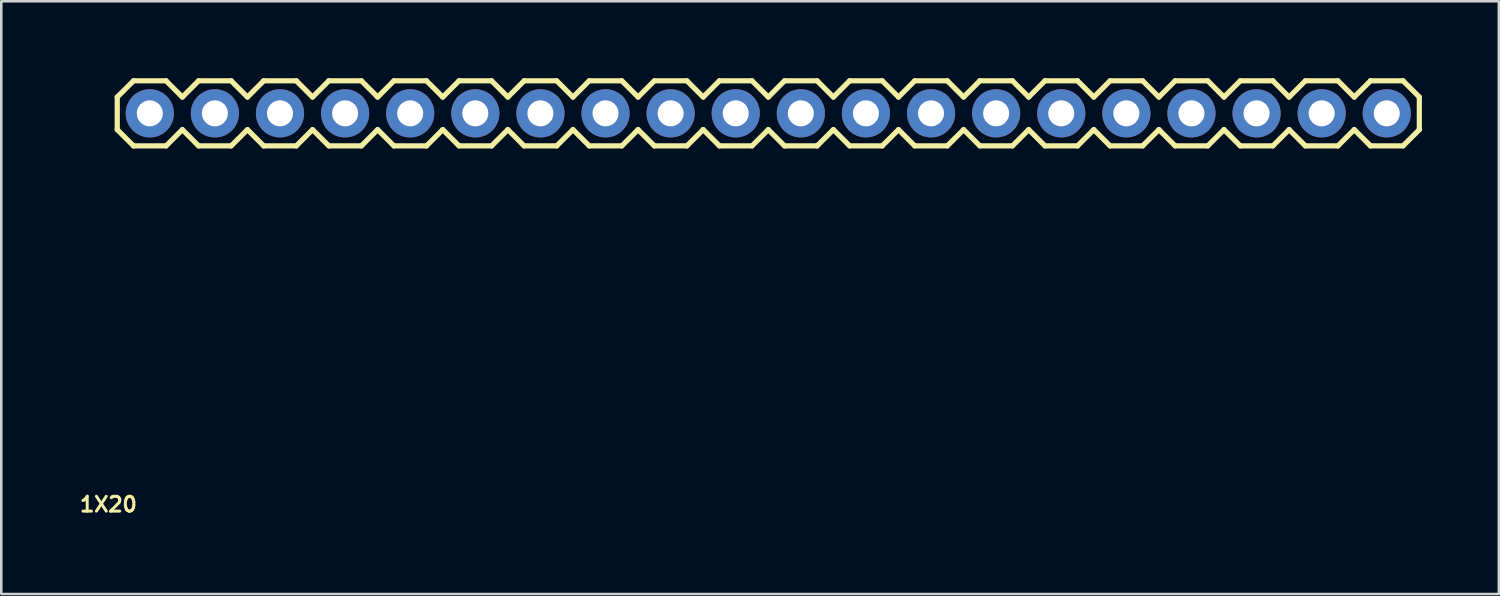
<source format=kicad_pcb>
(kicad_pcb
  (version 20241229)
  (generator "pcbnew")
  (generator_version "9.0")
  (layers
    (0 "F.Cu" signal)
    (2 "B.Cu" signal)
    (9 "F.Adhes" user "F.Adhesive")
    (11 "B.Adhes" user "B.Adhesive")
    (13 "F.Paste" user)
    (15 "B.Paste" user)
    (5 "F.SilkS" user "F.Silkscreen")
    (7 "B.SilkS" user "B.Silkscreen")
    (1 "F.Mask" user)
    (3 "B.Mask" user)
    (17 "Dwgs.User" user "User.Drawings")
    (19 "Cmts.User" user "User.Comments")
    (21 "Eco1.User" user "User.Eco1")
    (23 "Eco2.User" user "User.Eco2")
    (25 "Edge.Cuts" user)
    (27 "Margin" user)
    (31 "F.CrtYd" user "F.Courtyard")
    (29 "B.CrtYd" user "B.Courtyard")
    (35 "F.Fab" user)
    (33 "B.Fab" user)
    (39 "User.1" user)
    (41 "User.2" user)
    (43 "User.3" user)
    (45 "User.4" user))
  (footprint "1X20"
    (layer "F.Cu")
    (at 2.794 1.372)
    (property "Reference" "1X20" (at -2.794 15.596 180) (layer "F.SilkS") (effects (font (size 0.579 0.579) (thickness 0.116)) (justify left bottom)))
    (attr through_hole)
    (fp_line (start -1.27 -0.635) (end -1.27 0.635) (stroke (width 0.203) (type solid)) (layer "F.SilkS"))
    (fp_line (start -1.27 0.635) (end -0.635 1.27) (stroke (width 0.203) (type solid)) (layer "F.SilkS"))
    (fp_line (start -0.635 -1.27) (end -1.27 -0.635) (stroke (width 0.203) (type solid)) (layer "F.SilkS"))
    (fp_line (start -0.635 -1.27) (end 0.635 -1.27) (stroke (width 0.203) (type solid)) (layer "F.SilkS"))
    (fp_line (start 0.635 -1.27) (end 1.27 -0.635) (stroke (width 0.203) (type solid)) (layer "F.SilkS"))
    (fp_line (start 0.635 1.27) (end -0.635 1.27) (stroke (width 0.203) (type solid)) (layer "F.SilkS"))
    (fp_line (start 1.27 -0.635) (end 1.905 -1.27) (stroke (width 0.203) (type solid)) (layer "F.SilkS"))
    (fp_line (start 1.27 0.635) (end 0.635 1.27) (stroke (width 0.203) (type solid)) (layer "F.SilkS"))
    (fp_line (start 1.905 -1.27) (end 3.175 -1.27) (stroke (width 0.203) (type solid)) (layer "F.SilkS"))
    (fp_line (start 1.905 1.27) (end 1.27 0.635) (stroke (width 0.203) (type solid)) (layer "F.SilkS"))
    (fp_line (start 3.175 -1.27) (end 3.81 -0.635) (stroke (width 0.203) (type solid)) (layer "F.SilkS"))
    (fp_line (start 3.175 1.27) (end 1.905 1.27) (stroke (width 0.203) (type solid)) (layer "F.SilkS"))
    (fp_line (start 3.81 -0.635) (end 4.445 -1.27) (stroke (width 0.203) (type solid)) (layer "F.SilkS"))
    (fp_line (start 3.81 0.635) (end 3.175 1.27) (stroke (width 0.203) (type solid)) (layer "F.SilkS"))
    (fp_line (start 4.445 -1.27) (end 5.715 -1.27) (stroke (width 0.203) (type solid)) (layer "F.SilkS"))
    (fp_line (start 4.445 1.27) (end 3.81 0.635) (stroke (width 0.203) (type solid)) (layer "F.SilkS"))
    (fp_line (start 5.715 -1.27) (end 6.35 -0.635) (stroke (width 0.203) (type solid)) (layer "F.SilkS"))
    (fp_line (start 5.715 1.27) (end 4.445 1.27) (stroke (width 0.203) (type solid)) (layer "F.SilkS"))
    (fp_line (start 6.35 0.635) (end 5.715 1.27) (stroke (width 0.203) (type solid)) (layer "F.SilkS"))
    (fp_line (start 6.35 0.635) (end 6.985 1.27) (stroke (width 0.203) (type solid)) (layer "F.SilkS"))
    (fp_line (start 6.985 -1.27) (end 6.35 -0.635) (stroke (width 0.203) (type solid)) (layer "F.SilkS"))
    (fp_line (start 6.985 -1.27) (end 8.255 -1.27) (stroke (width 0.203) (type solid)) (layer "F.SilkS"))
    (fp_line (start 8.255 -1.27) (end 8.89 -0.635) (stroke (width 0.203) (type solid)) (layer "F.SilkS"))
    (fp_line (start 8.255 1.27) (end 6.985 1.27) (stroke (width 0.203) (type solid)) (layer "F.SilkS"))
    (fp_line (start 8.89 -0.635) (end 9.525 -1.27) (stroke (width 0.203) (type solid)) (layer "F.SilkS"))
    (fp_line (start 8.89 0.635) (end 8.255 1.27) (stroke (width 0.203) (type solid)) (layer "F.SilkS"))
    (fp_line (start 9.525 -1.27) (end 10.795 -1.27) (stroke (width 0.203) (type solid)) (layer "F.SilkS"))
    (fp_line (start 9.525 1.27) (end 8.89 0.635) (stroke (width 0.203) (type solid)) (layer "F.SilkS"))
    (fp_line (start 10.795 -1.27) (end 11.43 -0.635) (stroke (width 0.203) (type solid)) (layer "F.SilkS"))
    (fp_line (start 10.795 1.27) (end 9.525 1.27) (stroke (width 0.203) (type solid)) (layer "F.SilkS"))
    (fp_line (start 11.43 -0.635) (end 12.065 -1.27) (stroke (width 0.203) (type solid)) (layer "F.SilkS"))
    (fp_line (start 11.43 0.635) (end 10.795 1.27) (stroke (width 0.203) (type solid)) (layer "F.SilkS"))
    (fp_line (start 12.065 -1.27) (end 13.335 -1.27) (stroke (width 0.203) (type solid)) (layer "F.SilkS"))
    (fp_line (start 12.065 1.27) (end 11.43 0.635) (stroke (width 0.203) (type solid)) (layer "F.SilkS"))
    (fp_line (start 13.335 -1.27) (end 13.97 -0.635) (stroke (width 0.203) (type solid)) (layer "F.SilkS"))
    (fp_line (start 13.335 1.27) (end 12.065 1.27) (stroke (width 0.203) (type solid)) (layer "F.SilkS"))
    (fp_line (start 13.97 0.635) (end 13.335 1.27) (stroke (width 0.203) (type solid)) (layer "F.SilkS"))
    (fp_line (start 13.97 0.635) (end 14.605 1.27) (stroke (width 0.203) (type solid)) (layer "F.SilkS"))
    (fp_line (start 14.605 -1.27) (end 13.97 -0.635) (stroke (width 0.203) (type solid)) (layer "F.SilkS"))
    (fp_line (start 14.605 -1.27) (end 15.875 -1.27) (stroke (width 0.203) (type solid)) (layer "F.SilkS"))
    (fp_line (start 15.875 -1.27) (end 16.51 -0.635) (stroke (width 0.203) (type solid)) (layer "F.SilkS"))
    (fp_line (start 15.875 1.27) (end 14.605 1.27) (stroke (width 0.203) (type solid)) (layer "F.SilkS"))
    (fp_line (start 16.51 0.635) (end 15.875 1.27) (stroke (width 0.203) (type solid)) (layer "F.SilkS"))
    (fp_line (start 16.51 0.635) (end 17.145 1.27) (stroke (width 0.203) (type solid)) (layer "F.SilkS"))
    (fp_line (start 17.145 -1.27) (end 16.51 -0.635) (stroke (width 0.203) (type solid)) (layer "F.SilkS"))
    (fp_line (start 17.145 -1.27) (end 18.415 -1.27) (stroke (width 0.203) (type solid)) (layer "F.SilkS"))
    (fp_line (start 18.415 -1.27) (end 19.05 -0.635) (stroke (width 0.203) (type solid)) (layer "F.SilkS"))
    (fp_line (start 18.415 1.27) (end 17.145 1.27) (stroke (width 0.203) (type solid)) (layer "F.SilkS"))
    (fp_line (start 19.05 -0.635) (end 19.685 -1.27) (stroke (width 0.203) (type solid)) (layer "F.SilkS"))
    (fp_line (start 19.05 0.635) (end 18.415 1.27) (stroke (width 0.203) (type solid)) (layer "F.SilkS"))
    (fp_line (start 19.685 -1.27) (end 20.955 -1.27) (stroke (width 0.203) (type solid)) (layer "F.SilkS"))
    (fp_line (start 19.685 1.27) (end 19.05 0.635) (stroke (width 0.203) (type solid)) (layer "F.SilkS"))
    (fp_line (start 20.955 -1.27) (end 21.59 -0.635) (stroke (width 0.203) (type solid)) (layer "F.SilkS"))
    (fp_line (start 20.955 1.27) (end 19.685 1.27) (stroke (width 0.203) (type solid)) (layer "F.SilkS"))
    (fp_line (start 21.59 -0.635) (end 22.225 -1.27) (stroke (width 0.203) (type solid)) (layer "F.SilkS"))
    (fp_line (start 21.59 0.635) (end 20.955 1.27) (stroke (width 0.203) (type solid)) (layer "F.SilkS"))
    (fp_line (start 22.225 -1.27) (end 23.495 -1.27) (stroke (width 0.203) (type solid)) (layer "F.SilkS"))
    (fp_line (start 22.225 1.27) (end 21.59 0.635) (stroke (width 0.203) (type solid)) (layer "F.SilkS"))
    (fp_line (start 23.495 -1.27) (end 24.13 -0.635) (stroke (width 0.203) (type solid)) (layer "F.SilkS"))
    (fp_line (start 23.495 1.27) (end 22.225 1.27) (stroke (width 0.203) (type solid)) (layer "F.SilkS"))
    (fp_line (start 24.13 0.635) (end 23.495 1.27) (stroke (width 0.203) (type solid)) (layer "F.SilkS"))
    (fp_line (start 24.13 0.635) (end 24.765 1.27) (stroke (width 0.203) (type solid)) (layer "F.SilkS"))
    (fp_line (start 24.765 -1.27) (end 24.13 -0.635) (stroke (width 0.203) (type solid)) (layer "F.SilkS"))
    (fp_line (start 24.765 -1.27) (end 26.035 -1.27) (stroke (width 0.203) (type solid)) (layer "F.SilkS"))
    (fp_line (start 26.035 -1.27) (end 26.67 -0.635) (stroke (width 0.203) (type solid)) (layer "F.SilkS"))
    (fp_line (start 26.035 1.27) (end 24.765 1.27) (stroke (width 0.203) (type solid)) (layer "F.SilkS"))
    (fp_line (start 26.67 -0.635) (end 27.305 -1.27) (stroke (width 0.203) (type solid)) (layer "F.SilkS"))
    (fp_line (start 26.67 0.635) (end 26.035 1.27) (stroke (width 0.203) (type solid)) (layer "F.SilkS"))
    (fp_line (start 27.305 -1.27) (end 28.575 -1.27) (stroke (width 0.203) (type solid)) (layer "F.SilkS"))
    (fp_line (start 27.305 1.27) (end 26.67 0.635) (stroke (width 0.203) (type solid)) (layer "F.SilkS"))
    (fp_line (start 28.575 -1.27) (end 29.21 -0.635) (stroke (width 0.203) (type solid)) (layer "F.SilkS"))
    (fp_line (start 28.575 1.27) (end 27.305 1.27) (stroke (width 0.203) (type solid)) (layer "F.SilkS"))
    (fp_line (start 29.21 -0.635) (end 29.845 -1.27) (stroke (width 0.203) (type solid)) (layer "F.SilkS"))
    (fp_line (start 29.21 0.635) (end 28.575 1.27) (stroke (width 0.203) (type solid)) (layer "F.SilkS"))
    (fp_line (start 29.845 -1.27) (end 31.115 -1.27) (stroke (width 0.203) (type solid)) (layer "F.SilkS"))
    (fp_line (start 29.845 1.27) (end 29.21 0.635) (stroke (width 0.203) (type solid)) (layer "F.SilkS"))
    (fp_line (start 31.115 -1.27) (end 31.75 -0.635) (stroke (width 0.203) (type solid)) (layer "F.SilkS"))
    (fp_line (start 31.115 1.27) (end 29.845 1.27) (stroke (width 0.203) (type solid)) (layer "F.SilkS"))
    (fp_line (start 31.75 0.635) (end 31.115 1.27) (stroke (width 0.203) (type solid)) (layer "F.SilkS"))
    (fp_line (start 31.75 0.635) (end 32.385 1.27) (stroke (width 0.203) (type solid)) (layer "F.SilkS"))
    (fp_line (start 32.385 -1.27) (end 31.75 -0.635) (stroke (width 0.203) (type solid)) (layer "F.SilkS"))
    (fp_line (start 32.385 -1.27) (end 33.655 -1.27) (stroke (width 0.203) (type solid)) (layer "F.SilkS"))
    (fp_line (start 33.655 -1.27) (end 34.29 -0.635) (stroke (width 0.203) (type solid)) (layer "F.SilkS"))
    (fp_line (start 33.655 1.27) (end 32.385 1.27) (stroke (width 0.203) (type solid)) (layer "F.SilkS"))
    (fp_line (start 34.29 0.635) (end 33.655 1.27) (stroke (width 0.203) (type solid)) (layer "F.SilkS"))
    (fp_line (start 34.29 0.635) (end 34.925 1.27) (stroke (width 0.203) (type solid)) (layer "F.SilkS"))
    (fp_line (start 34.925 -1.27) (end 34.29 -0.635) (stroke (width 0.203) (type solid)) (layer "F.SilkS"))
    (fp_line (start 34.925 -1.27) (end 36.195 -1.27) (stroke (width 0.203) (type solid)) (layer "F.SilkS"))
    (fp_line (start 36.195 -1.27) (end 36.83 -0.635) (stroke (width 0.203) (type solid)) (layer "F.SilkS"))
    (fp_line (start 36.195 1.27) (end 34.925 1.27) (stroke (width 0.203) (type solid)) (layer "F.SilkS"))
    (fp_line (start 36.83 0.635) (end 36.195 1.27) (stroke (width 0.203) (type solid)) (layer "F.SilkS"))
    (fp_line (start 36.83 0.635) (end 37.465 1.27) (stroke (width 0.203) (type solid)) (layer "F.SilkS"))
    (fp_line (start 37.465 -1.27) (end 36.83 -0.635) (stroke (width 0.203) (type solid)) (layer "F.SilkS"))
    (fp_line (start 37.465 -1.27) (end 38.735 -1.27) (stroke (width 0.203) (type solid)) (layer "F.SilkS"))
    (fp_line (start 38.735 -1.27) (end 39.37 -0.635) (stroke (width 0.203) (type solid)) (layer "F.SilkS"))
    (fp_line (start 38.735 1.27) (end 37.465 1.27) (stroke (width 0.203) (type solid)) (layer "F.SilkS"))
    (fp_line (start 39.37 0.635) (end 38.735 1.27) (stroke (width 0.203) (type solid)) (layer "F.SilkS"))
    (fp_line (start 39.37 0.635) (end 40.005 1.27) (stroke (width 0.203) (type solid)) (layer "F.SilkS"))
    (fp_line (start 40.005 -1.27) (end 39.37 -0.635) (stroke (width 0.203) (type solid)) (layer "F.SilkS"))
    (fp_line (start 40.005 -1.27) (end 41.275 -1.27) (stroke (width 0.203) (type solid)) (layer "F.SilkS"))
    (fp_line (start 41.275 -1.27) (end 41.91 -0.635) (stroke (width 0.203) (type solid)) (layer "F.SilkS"))
    (fp_line (start 41.275 1.27) (end 40.005 1.27) (stroke (width 0.203) (type solid)) (layer "F.SilkS"))
    (fp_line (start 41.91 0.635) (end 41.275 1.27) (stroke (width 0.203) (type solid)) (layer "F.SilkS"))
    (fp_line (start 41.91 0.635) (end 42.545 1.27) (stroke (width 0.203) (type solid)) (layer "F.SilkS"))
    (fp_line (start 42.545 -1.27) (end 41.91 -0.635) (stroke (width 0.203) (type solid)) (layer "F.SilkS"))
    (fp_line (start 42.545 -1.27) (end 43.815 -1.27) (stroke (width 0.203) (type solid)) (layer "F.SilkS"))
    (fp_line (start 43.815 -1.27) (end 44.45 -0.635) (stroke (width 0.203) (type solid)) (layer "F.SilkS"))
    (fp_line (start 43.815 1.27) (end 42.545 1.27) (stroke (width 0.203) (type solid)) (layer "F.SilkS"))
    (fp_line (start 44.45 0.635) (end 43.815 1.27) (stroke (width 0.203) (type solid)) (layer "F.SilkS"))
    (fp_line (start 44.45 0.635) (end 45.085 1.27) (stroke (width 0.203) (type solid)) (layer "F.SilkS"))
    (fp_line (start 45.085 -1.27) (end 44.45 -0.635) (stroke (width 0.203) (type solid)) (layer "F.SilkS"))
    (fp_line (start 45.085 -1.27) (end 46.355 -1.27) (stroke (width 0.203) (type solid)) (layer "F.SilkS"))
    (fp_line (start 46.355 -1.27) (end 46.99 -0.635) (stroke (width 0.203) (type solid)) (layer "F.SilkS"))
    (fp_line (start 46.355 1.27) (end 45.085 1.27) (stroke (width 0.203) (type solid)) (layer "F.SilkS"))
    (fp_line (start 46.99 0.635) (end 46.355 1.27) (stroke (width 0.203) (type solid)) (layer "F.SilkS"))
    (fp_line (start 46.99 0.635) (end 47.625 1.27) (stroke (width 0.203) (type solid)) (layer "F.SilkS"))
    (fp_line (start 47.625 -1.27) (end 46.99 -0.635) (stroke (width 0.203) (type solid)) (layer "F.SilkS"))
    (fp_line (start 47.625 -1.27) (end 48.895 -1.27) (stroke (width 0.203) (type solid)) (layer "F.SilkS"))
    (fp_line (start 48.895 -1.27) (end 49.53 -0.635) (stroke (width 0.203) (type solid)) (layer "F.SilkS"))
    (fp_line (start 48.895 1.27) (end 47.625 1.27) (stroke (width 0.203) (type solid)) (layer "F.SilkS"))
    (fp_line (start 49.53 -0.635) (end 49.53 0.635) (stroke (width 0.203) (type solid)) (layer "F.SilkS"))
    (fp_line (start 49.53 0.635) (end 48.895 1.27) (stroke (width 0.203) (type solid)) (layer "F.SilkS"))
    (fp_poly (pts (xy -0.254 0.254) (xy 0.254 0.254) (xy 0.254 -0.254) (xy -0.254 -0.254)) (stroke (width 0.1) (type solid)) (fill no) (layer "F.Fab"))
    (fp_poly (pts (xy 2.286 0.254) (xy 2.794 0.254) (xy 2.794 -0.254) (xy 2.286 -0.254)) (stroke (width 0.1) (type solid)) (fill no) (layer "F.Fab"))
    (fp_poly (pts (xy 4.826 0.254) (xy 5.334 0.254) (xy 5.334 -0.254) (xy 4.826 -0.254)) (stroke (width 0.1) (type solid)) (fill no) (layer "F.Fab"))
    (fp_poly (pts (xy 7.366 0.254) (xy 7.874 0.254) (xy 7.874 -0.254) (xy 7.366 -0.254)) (stroke (width 0.1) (type solid)) (fill no) (layer "F.Fab"))
    (fp_poly (pts (xy 9.906 0.254) (xy 10.414 0.254) (xy 10.414 -0.254) (xy 9.906 -0.254)) (stroke (width 0.1) (type solid)) (fill no) (layer "F.Fab"))
    (fp_poly (pts (xy 12.446 0.254) (xy 12.954 0.254) (xy 12.954 -0.254) (xy 12.446 -0.254)) (stroke (width 0.1) (type solid)) (fill no) (layer "F.Fab"))
    (fp_poly (pts (xy 14.986 0.254) (xy 15.494 0.254) (xy 15.494 -0.254) (xy 14.986 -0.254)) (stroke (width 0.1) (type solid)) (fill no) (layer "F.Fab"))
    (fp_poly (pts (xy 17.526 0.254) (xy 18.034 0.254) (xy 18.034 -0.254) (xy 17.526 -0.254)) (stroke (width 0.1) (type solid)) (fill no) (layer "F.Fab"))
    (fp_poly (pts (xy 20.066 0.254) (xy 20.574 0.254) (xy 20.574 -0.254) (xy 20.066 -0.254)) (stroke (width 0.1) (type solid)) (fill no) (layer "F.Fab"))
    (fp_poly (pts (xy 22.606 0.254) (xy 23.114 0.254) (xy 23.114 -0.254) (xy 22.606 -0.254)) (stroke (width 0.1) (type solid)) (fill no) (layer "F.Fab"))
    (fp_poly (pts (xy 25.146 0.254) (xy 25.654 0.254) (xy 25.654 -0.254) (xy 25.146 -0.254)) (stroke (width 0.1) (type solid)) (fill no) (layer "F.Fab"))
    (fp_poly (pts (xy 27.686 0.254) (xy 28.194 0.254) (xy 28.194 -0.254) (xy 27.686 -0.254)) (stroke (width 0.1) (type solid)) (fill no) (layer "F.Fab"))
    (fp_poly (pts (xy 30.226 0.254) (xy 30.734 0.254) (xy 30.734 -0.254) (xy 30.226 -0.254)) (stroke (width 0.1) (type solid)) (fill no) (layer "F.Fab"))
    (fp_poly (pts (xy 32.766 0.254) (xy 33.274 0.254) (xy 33.274 -0.254) (xy 32.766 -0.254)) (stroke (width 0.1) (type solid)) (fill no) (layer "F.Fab"))
    (fp_poly (pts (xy 35.306 0.254) (xy 35.814 0.254) (xy 35.814 -0.254) (xy 35.306 -0.254)) (stroke (width 0.1) (type solid)) (fill no) (layer "F.Fab"))
    (fp_poly (pts (xy 37.846 0.254) (xy 38.354 0.254) (xy 38.354 -0.254) (xy 37.846 -0.254)) (stroke (width 0.1) (type solid)) (fill no) (layer "F.Fab"))
    (fp_poly (pts (xy 40.386 0.254) (xy 40.894 0.254) (xy 40.894 -0.254) (xy 40.386 -0.254)) (stroke (width 0.1) (type solid)) (fill no) (layer "F.Fab"))
    (fp_poly (pts (xy 42.926 0.254) (xy 43.434 0.254) (xy 43.434 -0.254) (xy 42.926 -0.254)) (stroke (width 0.1) (type solid)) (fill no) (layer "F.Fab"))
    (fp_poly (pts (xy 45.466 0.254) (xy 45.974 0.254) (xy 45.974 -0.254) (xy 45.466 -0.254)) (stroke (width 0.1) (type solid)) (fill no) (layer "F.Fab"))
    (fp_poly (pts (xy 48.006 0.254) (xy 48.514 0.254) (xy 48.514 -0.254) (xy 48.006 -0.254)) (stroke (width 0.1) (type solid)) (fill no) (layer "F.Fab"))
    (pad "1" thru_hole circle (at 0 0 90) (size 1.88 1.88) (drill 1.016) (layers "*.Cu" "*.Mask"))
    (pad "2" thru_hole circle (at 2.54 0 90) (size 1.88 1.88) (drill 1.016) (layers "*.Cu" "*.Mask"))
    (pad "3" thru_hole circle (at 5.08 0 90) (size 1.88 1.88) (drill 1.016) (layers "*.Cu" "*.Mask"))
    (pad "4" thru_hole circle (at 7.62 0 90) (size 1.88 1.88) (drill 1.016) (layers "*.Cu" "*.Mask"))
    (pad "5" thru_hole circle (at 10.16 0 90) (size 1.88 1.88) (drill 1.016) (layers "*.Cu" "*.Mask"))
    (pad "6" thru_hole circle (at 12.7 0 90) (size 1.88 1.88) (drill 1.016) (layers "*.Cu" "*.Mask"))
    (pad "7" thru_hole circle (at 15.24 0 90) (size 1.88 1.88) (drill 1.016) (layers "*.Cu" "*.Mask"))
    (pad "8" thru_hole circle (at 17.78 0 90) (size 1.88 1.88) (drill 1.016) (layers "*.Cu" "*.Mask"))
    (pad "9" thru_hole circle (at 20.32 0 90) (size 1.88 1.88) (drill 1.016) (layers "*.Cu" "*.Mask"))
    (pad "10" thru_hole circle (at 22.86 0 90) (size 1.88 1.88) (drill 1.016) (layers "*.Cu" "*.Mask"))
    (pad "11" thru_hole circle (at 25.4 0 90) (size 1.88 1.88) (drill 1.016) (layers "*.Cu" "*.Mask"))
    (pad "12" thru_hole circle (at 27.94 0 90) (size 1.88 1.88) (drill 1.016) (layers "*.Cu" "*.Mask"))
    (pad "13" thru_hole circle (at 30.48 0 90) (size 1.88 1.88) (drill 1.016) (layers "*.Cu" "*.Mask"))
    (pad "14" thru_hole circle (at 33.02 0 90) (size 1.88 1.88) (drill 1.016) (layers "*.Cu" "*.Mask"))
    (pad "15" thru_hole circle (at 35.56 0 90) (size 1.88 1.88) (drill 1.016) (layers "*.Cu" "*.Mask"))
    (pad "16" thru_hole circle (at 38.1 0 90) (size 1.88 1.88) (drill 1.016) (layers "*.Cu" "*.Mask"))
    (pad "17" thru_hole circle (at 40.64 0 90) (size 1.88 1.88) (drill 1.016) (layers "*.Cu" "*.Mask"))
    (pad "18" thru_hole circle (at 43.18 0 90) (size 1.88 1.88) (drill 1.016) (layers "*.Cu" "*.Mask"))
    (pad "19" thru_hole circle (at 45.72 0 90) (size 1.88 1.88) (drill 1.016) (layers "*.Cu" "*.Mask"))
    (pad "20" thru_hole circle (at 48.26 0 90) (size 1.88 1.88) (drill 1.016) (layers "*.Cu" "*.Mask")))
  (gr_rect
    (start -3 -3)
    (end 55.426 20.125)
    (stroke (width 0.1) (type default))
    (fill no)
    (layer "Edge.Cuts")))
</source>
